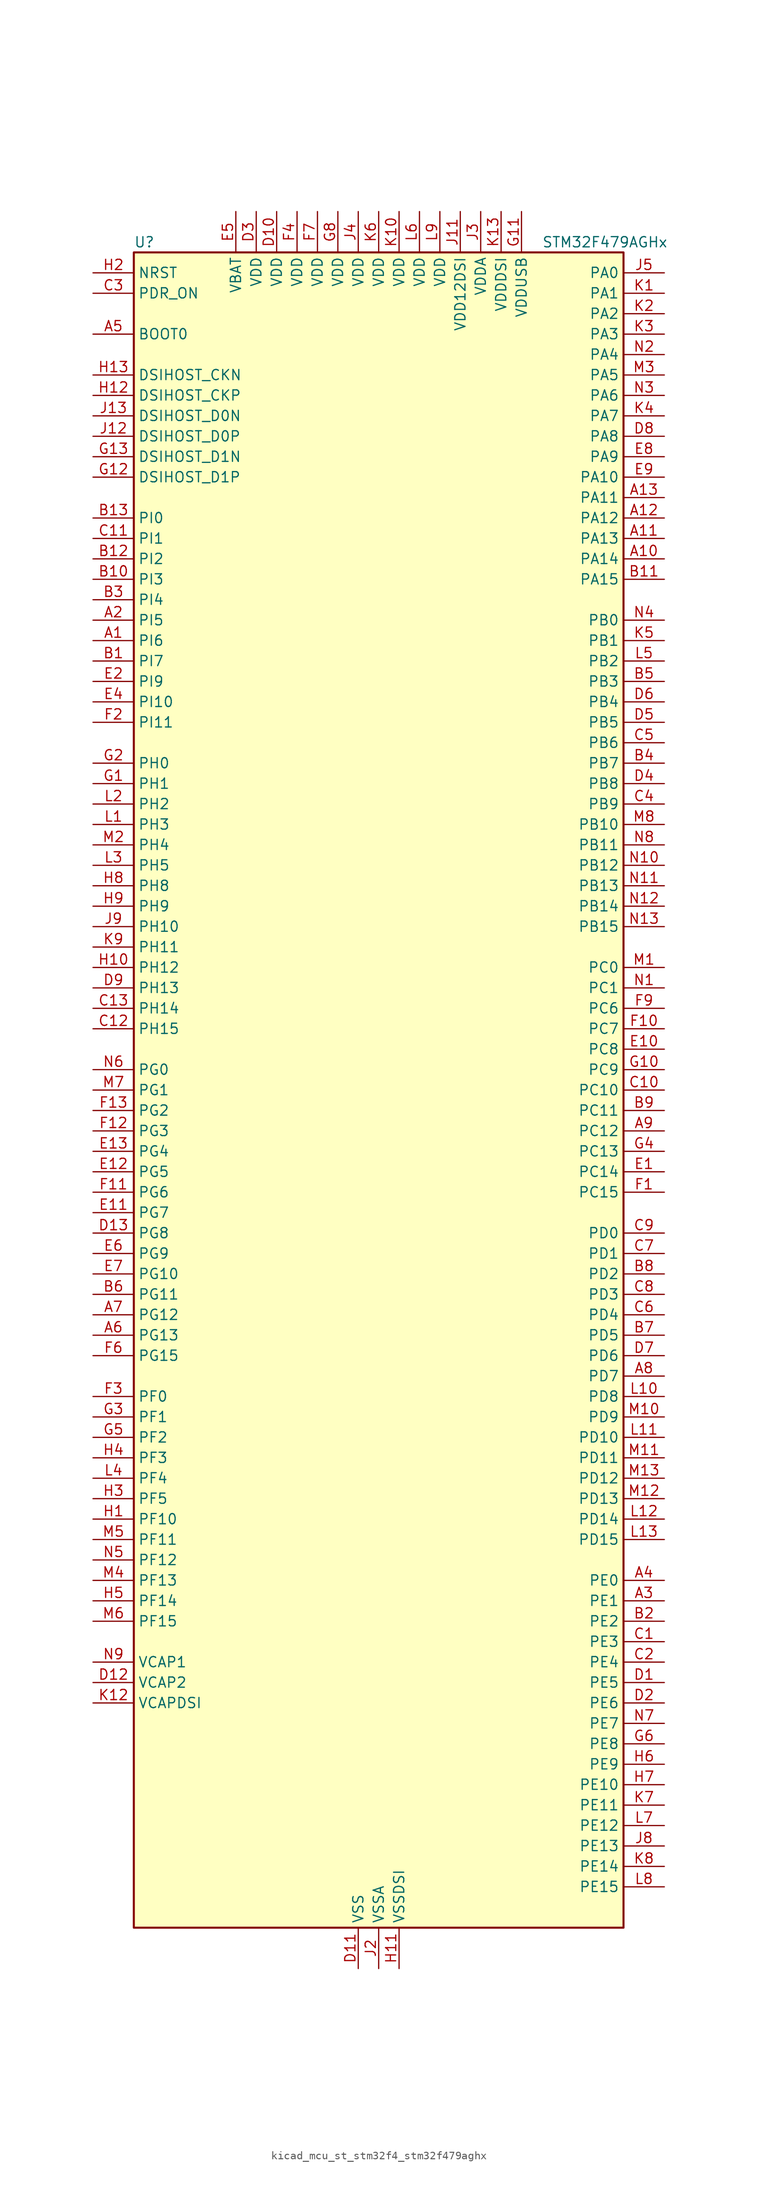
<source format=kicad_sym>
(kicad_symbol_lib
  (version 20220914)
  (generator kicad_symbol_editor)
  (symbol "kicad_mcu_st_stm32f4_stm32f479aghx"
    (property "Reference" "U"
      (at -30.48 105.41 0)
      (effects (font (size 1.27 1.27)) (justify left)))
    (property "Value" "STM32F479AGHx"
      (at 20.32 105.41 0)
      (effects (font (size 1.27 1.27)) (justify left)))
    (property "ki_locked" ""
      (at 0 0 0)
      (effects (font (size 1.27 1.27))))
    (symbol "kicad_mcu_st_stm32f4_stm32f479aghx_0_1"
      (rectangle (start -30.48 -104.14) (end 30.48 104.14) (stroke (width 0.254) (type default)) (fill (type background))))
    (symbol "kicad_mcu_st_stm32f4_stm32f479aghx_1_1"
      (pin bidirectional line (at -35.56 55.88 0) (length 5.08) (name "PI6" (effects (font (size 1.27 1.27)))) (number "A1" (effects (font (size 1.27 1.27)))) (alternate "DCMI_D6" bidirectional line) (alternate "FMC_D28" bidirectional line) (alternate "LTDC_B6" bidirectional line) (alternate "TIM8_CH2" bidirectional line))
      (pin bidirectional line (at 35.56 66.04 180) (length 5.08) (name "PA14" (effects (font (size 1.27 1.27)))) (number "A10" (effects (font (size 1.27 1.27)))) (alternate "SYS_JTCK-SWCLK" bidirectional line))
      (pin bidirectional line (at 35.56 68.58 180) (length 5.08) (name "PA13" (effects (font (size 1.27 1.27)))) (number "A11" (effects (font (size 1.27 1.27)))) (alternate "SYS_JTMS-SWDIO" bidirectional line))
      (pin bidirectional line (at 35.56 71.12 180) (length 5.08) (name "PA12" (effects (font (size 1.27 1.27)))) (number "A12" (effects (font (size 1.27 1.27)))) (alternate "CAN1_TX" bidirectional line) (alternate "LTDC_R5" bidirectional line) (alternate "TIM1_ETR" bidirectional line) (alternate "USART1_RTS" bidirectional line) (alternate "USB_OTG_FS_DP" bidirectional line))
      (pin bidirectional line (at 35.56 73.66 180) (length 5.08) (name "PA11" (effects (font (size 1.27 1.27)))) (number "A13" (effects (font (size 1.27 1.27)))) (alternate "ADC1_EXTI11" bidirectional line) (alternate "ADC2_EXTI11" bidirectional line) (alternate "ADC3_EXTI11" bidirectional line) (alternate "CAN1_RX" bidirectional line) (alternate "LTDC_R4" bidirectional line) (alternate "TIM1_CH4" bidirectional line) (alternate "USART1_CTS" bidirectional line) (alternate "USB_OTG_FS_DM" bidirectional line))
      (pin bidirectional line (at -35.56 58.42 0) (length 5.08) (name "PI5" (effects (font (size 1.27 1.27)))) (number "A2" (effects (font (size 1.27 1.27)))) (alternate "DCMI_VSYNC" bidirectional line) (alternate "FMC_NBL3" bidirectional line) (alternate "LTDC_B5" bidirectional line) (alternate "TIM8_CH1" bidirectional line))
      (pin bidirectional line (at 35.56 -63.5 180) (length 5.08) (name "PE1" (effects (font (size 1.27 1.27)))) (number "A3" (effects (font (size 1.27 1.27)))) (alternate "DCMI_D3" bidirectional line) (alternate "FMC_NBL1" bidirectional line) (alternate "UART8_TX" bidirectional line))
      (pin bidirectional line (at 35.56 -60.96 180) (length 5.08) (name "PE0" (effects (font (size 1.27 1.27)))) (number "A4" (effects (font (size 1.27 1.27)))) (alternate "DCMI_D2" bidirectional line) (alternate "FMC_NBL0" bidirectional line) (alternate "TIM4_ETR" bidirectional line) (alternate "UART8_RX" bidirectional line))
      (pin input line (at -35.56 93.98 0) (length 5.08) (name "BOOT0" (effects (font (size 1.27 1.27)))) (number "A5" (effects (font (size 1.27 1.27)))))
      (pin bidirectional line (at -35.56 -30.48 0) (length 5.08) (name "PG13" (effects (font (size 1.27 1.27)))) (number "A6" (effects (font (size 1.27 1.27)))) (alternate "FMC_A24" bidirectional line) (alternate "LTDC_R0" bidirectional line) (alternate "SPI6_SCK" bidirectional line) (alternate "SYS_TRACED0" bidirectional line) (alternate "USART6_CTS" bidirectional line))
      (pin bidirectional line (at -35.56 -27.94 0) (length 5.08) (name "PG12" (effects (font (size 1.27 1.27)))) (number "A7" (effects (font (size 1.27 1.27)))) (alternate "FMC_NE4" bidirectional line) (alternate "LTDC_B1" bidirectional line) (alternate "LTDC_B4" bidirectional line) (alternate "SPI6_MISO" bidirectional line) (alternate "USART6_RTS" bidirectional line))
      (pin bidirectional line (at 35.56 -35.56 180) (length 5.08) (name "PD7" (effects (font (size 1.27 1.27)))) (number "A8" (effects (font (size 1.27 1.27)))) (alternate "FMC_NE1" bidirectional line) (alternate "USART2_CK" bidirectional line))
      (pin bidirectional line (at 35.56 -5.08 180) (length 5.08) (name "PC12" (effects (font (size 1.27 1.27)))) (number "A9" (effects (font (size 1.27 1.27)))) (alternate "DCMI_D9" bidirectional line) (alternate "I2S3_SD" bidirectional line) (alternate "SDIO_CK" bidirectional line) (alternate "SPI3_MOSI" bidirectional line) (alternate "SYS_TRACED3" bidirectional line) (alternate "UART5_TX" bidirectional line) (alternate "USART3_CK" bidirectional line))
      (pin bidirectional line (at -35.56 53.34 0) (length 5.08) (name "PI7" (effects (font (size 1.27 1.27)))) (number "B1" (effects (font (size 1.27 1.27)))) (alternate "DCMI_D7" bidirectional line) (alternate "FMC_D29" bidirectional line) (alternate "LTDC_B7" bidirectional line) (alternate "TIM8_CH3" bidirectional line))
      (pin bidirectional line (at -35.56 63.5 0) (length 5.08) (name "PI3" (effects (font (size 1.27 1.27)))) (number "B10" (effects (font (size 1.27 1.27)))) (alternate "DCMI_D10" bidirectional line) (alternate "FMC_D27" bidirectional line) (alternate "I2S2_SD" bidirectional line) (alternate "SPI2_MOSI" bidirectional line) (alternate "TIM8_ETR" bidirectional line))
      (pin bidirectional line (at 35.56 63.5 180) (length 5.08) (name "PA15" (effects (font (size 1.27 1.27)))) (number "B11" (effects (font (size 1.27 1.27)))) (alternate "ADC1_EXTI15" bidirectional line) (alternate "ADC2_EXTI15" bidirectional line) (alternate "ADC3_EXTI15" bidirectional line) (alternate "I2S3_WS" bidirectional line) (alternate "SPI1_NSS" bidirectional line) (alternate "SPI3_NSS" bidirectional line) (alternate "SYS_JTDI" bidirectional line) (alternate "TIM2_CH1" bidirectional line) (alternate "TIM2_ETR" bidirectional line))
      (pin bidirectional line (at -35.56 66.04 0) (length 5.08) (name "PI2" (effects (font (size 1.27 1.27)))) (number "B12" (effects (font (size 1.27 1.27)))) (alternate "DCMI_D9" bidirectional line) (alternate "FMC_D26" bidirectional line) (alternate "I2S2_ext_SD" bidirectional line) (alternate "LTDC_G7" bidirectional line) (alternate "SPI2_MISO" bidirectional line) (alternate "TIM8_CH4" bidirectional line))
      (pin bidirectional line (at -35.56 71.12 0) (length 5.08) (name "PI0" (effects (font (size 1.27 1.27)))) (number "B13" (effects (font (size 1.27 1.27)))) (alternate "DCMI_D13" bidirectional line) (alternate "FMC_D24" bidirectional line) (alternate "I2S2_WS" bidirectional line) (alternate "LTDC_G5" bidirectional line) (alternate "SPI2_NSS" bidirectional line) (alternate "TIM5_CH4" bidirectional line))
      (pin bidirectional line (at 35.56 -66.04 180) (length 5.08) (name "PE2" (effects (font (size 1.27 1.27)))) (number "B2" (effects (font (size 1.27 1.27)))) (alternate "FMC_A23" bidirectional line) (alternate "QUADSPI_BK1_IO2" bidirectional line) (alternate "SAI1_MCLK_A" bidirectional line) (alternate "SPI4_SCK" bidirectional line) (alternate "SYS_TRACECLK" bidirectional line))
      (pin bidirectional line (at -35.56 60.96 0) (length 5.08) (name "PI4" (effects (font (size 1.27 1.27)))) (number "B3" (effects (font (size 1.27 1.27)))) (alternate "DCMI_D5" bidirectional line) (alternate "FMC_NBL2" bidirectional line) (alternate "LTDC_B4" bidirectional line) (alternate "TIM8_BKIN" bidirectional line))
      (pin bidirectional line (at 35.56 40.64 180) (length 5.08) (name "PB7" (effects (font (size 1.27 1.27)))) (number "B4" (effects (font (size 1.27 1.27)))) (alternate "DCMI_VSYNC" bidirectional line) (alternate "FMC_NL" bidirectional line) (alternate "I2C1_SDA" bidirectional line) (alternate "TIM4_CH2" bidirectional line) (alternate "USART1_RX" bidirectional line))
      (pin bidirectional line (at 35.56 50.8 180) (length 5.08) (name "PB3" (effects (font (size 1.27 1.27)))) (number "B5" (effects (font (size 1.27 1.27)))) (alternate "I2S3_CK" bidirectional line) (alternate "SPI1_SCK" bidirectional line) (alternate "SPI3_SCK" bidirectional line) (alternate "SYS_JTDO-SWO" bidirectional line) (alternate "TIM2_CH2" bidirectional line))
      (pin bidirectional line (at -35.56 -25.4 0) (length 5.08) (name "PG11" (effects (font (size 1.27 1.27)))) (number "B6" (effects (font (size 1.27 1.27)))) (alternate "ADC1_EXTI11" bidirectional line) (alternate "ADC2_EXTI11" bidirectional line) (alternate "ADC3_EXTI11" bidirectional line) (alternate "DCMI_D3" bidirectional line) (alternate "LTDC_B3" bidirectional line))
      (pin bidirectional line (at 35.56 -30.48 180) (length 5.08) (name "PD5" (effects (font (size 1.27 1.27)))) (number "B7" (effects (font (size 1.27 1.27)))) (alternate "FMC_NWE" bidirectional line) (alternate "USART2_TX" bidirectional line))
      (pin bidirectional line (at 35.56 -22.86 180) (length 5.08) (name "PD2" (effects (font (size 1.27 1.27)))) (number "B8" (effects (font (size 1.27 1.27)))) (alternate "DCMI_D11" bidirectional line) (alternate "SDIO_CMD" bidirectional line) (alternate "SYS_TRACED2" bidirectional line) (alternate "TIM3_ETR" bidirectional line) (alternate "UART5_RX" bidirectional line))
      (pin bidirectional line (at 35.56 -2.54 180) (length 5.08) (name "PC11" (effects (font (size 1.27 1.27)))) (number "B9" (effects (font (size 1.27 1.27)))) (alternate "ADC1_EXTI11" bidirectional line) (alternate "ADC2_EXTI11" bidirectional line) (alternate "ADC3_EXTI11" bidirectional line) (alternate "DCMI_D4" bidirectional line) (alternate "I2S3_ext_SD" bidirectional line) (alternate "QUADSPI_BK2_NCS" bidirectional line) (alternate "SDIO_D3" bidirectional line) (alternate "SPI3_MISO" bidirectional line) (alternate "UART4_RX" bidirectional line) (alternate "USART3_RX" bidirectional line))
      (pin bidirectional line (at 35.56 -68.58 180) (length 5.08) (name "PE3" (effects (font (size 1.27 1.27)))) (number "C1" (effects (font (size 1.27 1.27)))) (alternate "FMC_A19" bidirectional line) (alternate "SAI1_SD_B" bidirectional line) (alternate "SYS_TRACED0" bidirectional line))
      (pin bidirectional line (at 35.56 0 180) (length 5.08) (name "PC10" (effects (font (size 1.27 1.27)))) (number "C10" (effects (font (size 1.27 1.27)))) (alternate "DCMI_D8" bidirectional line) (alternate "I2S3_CK" bidirectional line) (alternate "LTDC_R2" bidirectional line) (alternate "QUADSPI_BK1_IO1" bidirectional line) (alternate "SDIO_D2" bidirectional line) (alternate "SPI3_SCK" bidirectional line) (alternate "UART4_TX" bidirectional line) (alternate "USART3_TX" bidirectional line))
      (pin bidirectional line (at -35.56 68.58 0) (length 5.08) (name "PI1" (effects (font (size 1.27 1.27)))) (number "C11" (effects (font (size 1.27 1.27)))) (alternate "DCMI_D8" bidirectional line) (alternate "FMC_D25" bidirectional line) (alternate "I2S2_CK" bidirectional line) (alternate "LTDC_G6" bidirectional line) (alternate "SPI2_SCK" bidirectional line))
      (pin bidirectional line (at -35.56 7.62 0) (length 5.08) (name "PH15" (effects (font (size 1.27 1.27)))) (number "C12" (effects (font (size 1.27 1.27)))) (alternate "ADC1_EXTI15" bidirectional line) (alternate "ADC2_EXTI15" bidirectional line) (alternate "ADC3_EXTI15" bidirectional line) (alternate "DCMI_D11" bidirectional line) (alternate "FMC_D23" bidirectional line) (alternate "LTDC_G4" bidirectional line) (alternate "TIM8_CH3N" bidirectional line))
      (pin bidirectional line (at -35.56 10.16 0) (length 5.08) (name "PH14" (effects (font (size 1.27 1.27)))) (number "C13" (effects (font (size 1.27 1.27)))) (alternate "DCMI_D4" bidirectional line) (alternate "FMC_D22" bidirectional line) (alternate "LTDC_G3" bidirectional line) (alternate "TIM8_CH2N" bidirectional line))
      (pin bidirectional line (at 35.56 -71.12 180) (length 5.08) (name "PE4" (effects (font (size 1.27 1.27)))) (number "C2" (effects (font (size 1.27 1.27)))) (alternate "DCMI_D4" bidirectional line) (alternate "FMC_A20" bidirectional line) (alternate "LTDC_B0" bidirectional line) (alternate "SAI1_FS_A" bidirectional line) (alternate "SPI4_NSS" bidirectional line) (alternate "SYS_TRACED1" bidirectional line))
      (pin input line (at -35.56 99.06 0) (length 5.08) (name "PDR_ON" (effects (font (size 1.27 1.27)))) (number "C3" (effects (font (size 1.27 1.27)))))
      (pin bidirectional line (at 35.56 35.56 180) (length 5.08) (name "PB9" (effects (font (size 1.27 1.27)))) (number "C4" (effects (font (size 1.27 1.27)))) (alternate "CAN1_TX" bidirectional line) (alternate "DAC_EXTI9" bidirectional line) (alternate "DCMI_D7" bidirectional line) (alternate "I2C1_SDA" bidirectional line) (alternate "I2S2_WS" bidirectional line) (alternate "LTDC_B7" bidirectional line) (alternate "SDIO_D5" bidirectional line) (alternate "SPI2_NSS" bidirectional line) (alternate "TIM11_CH1" bidirectional line) (alternate "TIM4_CH4" bidirectional line))
      (pin bidirectional line (at 35.56 43.18 180) (length 5.08) (name "PB6" (effects (font (size 1.27 1.27)))) (number "C5" (effects (font (size 1.27 1.27)))) (alternate "CAN2_TX" bidirectional line) (alternate "DCMI_D5" bidirectional line) (alternate "FMC_SDNE1" bidirectional line) (alternate "I2C1_SCL" bidirectional line) (alternate "QUADSPI_BK1_NCS" bidirectional line) (alternate "TIM4_CH1" bidirectional line) (alternate "USART1_TX" bidirectional line))
      (pin bidirectional line (at 35.56 -27.94 180) (length 5.08) (name "PD4" (effects (font (size 1.27 1.27)))) (number "C6" (effects (font (size 1.27 1.27)))) (alternate "FMC_NOE" bidirectional line) (alternate "USART2_RTS" bidirectional line))
      (pin bidirectional line (at 35.56 -20.32 180) (length 5.08) (name "PD1" (effects (font (size 1.27 1.27)))) (number "C7" (effects (font (size 1.27 1.27)))) (alternate "CAN1_TX" bidirectional line) (alternate "FMC_D3" bidirectional line) (alternate "FMC_DA3" bidirectional line))
      (pin bidirectional line (at 35.56 -25.4 180) (length 5.08) (name "PD3" (effects (font (size 1.27 1.27)))) (number "C8" (effects (font (size 1.27 1.27)))) (alternate "DCMI_D5" bidirectional line) (alternate "FMC_CLK" bidirectional line) (alternate "I2S2_CK" bidirectional line) (alternate "LTDC_G7" bidirectional line) (alternate "SPI2_SCK" bidirectional line) (alternate "USART2_CTS" bidirectional line))
      (pin bidirectional line (at 35.56 -17.78 180) (length 5.08) (name "PD0" (effects (font (size 1.27 1.27)))) (number "C9" (effects (font (size 1.27 1.27)))) (alternate "CAN1_RX" bidirectional line) (alternate "FMC_D2" bidirectional line) (alternate "FMC_DA2" bidirectional line))
      (pin bidirectional line (at 35.56 -73.66 180) (length 5.08) (name "PE5" (effects (font (size 1.27 1.27)))) (number "D1" (effects (font (size 1.27 1.27)))) (alternate "DCMI_D6" bidirectional line) (alternate "FMC_A21" bidirectional line) (alternate "LTDC_G0" bidirectional line) (alternate "SAI1_SCK_A" bidirectional line) (alternate "SPI4_MISO" bidirectional line) (alternate "SYS_TRACED2" bidirectional line) (alternate "TIM9_CH1" bidirectional line))
      (pin power_in line (at -12.7 109.22 270) (length 5.08) (name "VDD" (effects (font (size 1.27 1.27)))) (number "D10" (effects (font (size 1.27 1.27)))))
      (pin power_in line (at -2.54 -109.22 90) (length 5.08) (name "VSS" (effects (font (size 1.27 1.27)))) (number "D11" (effects (font (size 1.27 1.27)))))
      (pin power_out line (at -35.56 -73.66 0) (length 5.08) (name "VCAP2" (effects (font (size 1.27 1.27)))) (number "D12" (effects (font (size 1.27 1.27)))))
      (pin bidirectional line (at -35.56 -17.78 0) (length 5.08) (name "PG8" (effects (font (size 1.27 1.27)))) (number "D13" (effects (font (size 1.27 1.27)))) (alternate "FMC_SDCLK" bidirectional line) (alternate "LTDC_G7" bidirectional line) (alternate "SPI6_NSS" bidirectional line) (alternate "USART6_RTS" bidirectional line))
      (pin bidirectional line (at 35.56 -76.2 180) (length 5.08) (name "PE6" (effects (font (size 1.27 1.27)))) (number "D2" (effects (font (size 1.27 1.27)))) (alternate "DCMI_D7" bidirectional line) (alternate "FMC_A22" bidirectional line) (alternate "LTDC_G1" bidirectional line) (alternate "SAI1_SD_A" bidirectional line) (alternate "SPI4_MOSI" bidirectional line) (alternate "SYS_TRACED3" bidirectional line) (alternate "TIM9_CH2" bidirectional line))
      (pin power_in line (at -15.24 109.22 270) (length 5.08) (name "VDD" (effects (font (size 1.27 1.27)))) (number "D3" (effects (font (size 1.27 1.27)))))
      (pin bidirectional line (at 35.56 38.1 180) (length 5.08) (name "PB8" (effects (font (size 1.27 1.27)))) (number "D4" (effects (font (size 1.27 1.27)))) (alternate "CAN1_RX" bidirectional line) (alternate "DCMI_D6" bidirectional line) (alternate "I2C1_SCL" bidirectional line) (alternate "LTDC_B6" bidirectional line) (alternate "SDIO_D4" bidirectional line) (alternate "TIM10_CH1" bidirectional line) (alternate "TIM4_CH3" bidirectional line))
      (pin bidirectional line (at 35.56 45.72 180) (length 5.08) (name "PB5" (effects (font (size 1.27 1.27)))) (number "D5" (effects (font (size 1.27 1.27)))) (alternate "CAN2_RX" bidirectional line) (alternate "DCMI_D10" bidirectional line) (alternate "FMC_SDCKE1" bidirectional line) (alternate "I2C1_SMBA" bidirectional line) (alternate "I2S3_SD" bidirectional line) (alternate "LTDC_G7" bidirectional line) (alternate "SPI1_MOSI" bidirectional line) (alternate "SPI3_MOSI" bidirectional line) (alternate "TIM3_CH2" bidirectional line) (alternate "USB_OTG_HS_ULPI_D7" bidirectional line))
      (pin bidirectional line (at 35.56 48.26 180) (length 5.08) (name "PB4" (effects (font (size 1.27 1.27)))) (number "D6" (effects (font (size 1.27 1.27)))) (alternate "I2S3_ext_SD" bidirectional line) (alternate "SPI1_MISO" bidirectional line) (alternate "SPI3_MISO" bidirectional line) (alternate "SYS_JTRST" bidirectional line) (alternate "TIM3_CH1" bidirectional line))
      (pin bidirectional line (at 35.56 -33.02 180) (length 5.08) (name "PD6" (effects (font (size 1.27 1.27)))) (number "D7" (effects (font (size 1.27 1.27)))) (alternate "DCMI_D10" bidirectional line) (alternate "FMC_NWAIT" bidirectional line) (alternate "I2S3_SD" bidirectional line) (alternate "LTDC_B2" bidirectional line) (alternate "SAI1_SD_A" bidirectional line) (alternate "SPI3_MOSI" bidirectional line) (alternate "USART2_RX" bidirectional line))
      (pin bidirectional line (at 35.56 81.28 180) (length 5.08) (name "PA8" (effects (font (size 1.27 1.27)))) (number "D8" (effects (font (size 1.27 1.27)))) (alternate "I2C3_SCL" bidirectional line) (alternate "LTDC_R6" bidirectional line) (alternate "RCC_MCO_1" bidirectional line) (alternate "TIM1_CH1" bidirectional line) (alternate "USART1_CK" bidirectional line) (alternate "USB_OTG_FS_SOF" bidirectional line))
      (pin bidirectional line (at -35.56 12.7 0) (length 5.08) (name "PH13" (effects (font (size 1.27 1.27)))) (number "D9" (effects (font (size 1.27 1.27)))) (alternate "CAN1_TX" bidirectional line) (alternate "FMC_D21" bidirectional line) (alternate "LTDC_G2" bidirectional line) (alternate "TIM8_CH1N" bidirectional line))
      (pin bidirectional line (at 35.56 -10.16 180) (length 5.08) (name "PC14" (effects (font (size 1.27 1.27)))) (number "E1" (effects (font (size 1.27 1.27)))) (alternate "RCC_OSC32_IN" bidirectional line))
      (pin bidirectional line (at 35.56 5.08 180) (length 5.08) (name "PC8" (effects (font (size 1.27 1.27)))) (number "E10" (effects (font (size 1.27 1.27)))) (alternate "DCMI_D2" bidirectional line) (alternate "SDIO_D0" bidirectional line) (alternate "SYS_TRACED1" bidirectional line) (alternate "TIM3_CH3" bidirectional line) (alternate "TIM8_CH3" bidirectional line) (alternate "USART6_CK" bidirectional line))
      (pin bidirectional line (at -35.56 -15.24 0) (length 5.08) (name "PG7" (effects (font (size 1.27 1.27)))) (number "E11" (effects (font (size 1.27 1.27)))) (alternate "DCMI_D13" bidirectional line) (alternate "FMC_INT" bidirectional line) (alternate "LTDC_CLK" bidirectional line) (alternate "SAI1_MCLK_A" bidirectional line) (alternate "USART6_CK" bidirectional line))
      (pin bidirectional line (at -35.56 -10.16 0) (length 5.08) (name "PG5" (effects (font (size 1.27 1.27)))) (number "E12" (effects (font (size 1.27 1.27)))) (alternate "FMC_A15" bidirectional line) (alternate "FMC_BA1" bidirectional line))
      (pin bidirectional line (at -35.56 -7.62 0) (length 5.08) (name "PG4" (effects (font (size 1.27 1.27)))) (number "E13" (effects (font (size 1.27 1.27)))) (alternate "FMC_A14" bidirectional line) (alternate "FMC_BA0" bidirectional line))
      (pin bidirectional line (at -35.56 50.8 0) (length 5.08) (name "PI9" (effects (font (size 1.27 1.27)))) (number "E2" (effects (font (size 1.27 1.27)))) (alternate "CAN1_RX" bidirectional line) (alternate "DAC_EXTI9" bidirectional line) (alternate "FMC_D30" bidirectional line) (alternate "LTDC_VSYNC" bidirectional line))
      (pin passive line (at -2.54 -109.22 90) (length 5.08) hide (name "VSS" (effects (font (size 1.27 1.27)))) (number "E3" (effects (font (size 1.27 1.27)))))
      (pin bidirectional line (at -35.56 48.26 0) (length 5.08) (name "PI10" (effects (font (size 1.27 1.27)))) (number "E4" (effects (font (size 1.27 1.27)))) (alternate "FMC_D31" bidirectional line) (alternate "LTDC_HSYNC" bidirectional line))
      (pin power_in line (at -17.78 109.22 270) (length 5.08) (name "VBAT" (effects (font (size 1.27 1.27)))) (number "E5" (effects (font (size 1.27 1.27)))))
      (pin bidirectional line (at -35.56 -20.32 0) (length 5.08) (name "PG9" (effects (font (size 1.27 1.27)))) (number "E6" (effects (font (size 1.27 1.27)))) (alternate "DAC_EXTI9" bidirectional line) (alternate "DCMI_VSYNC" bidirectional line) (alternate "FMC_NCE" bidirectional line) (alternate "FMC_NE2" bidirectional line) (alternate "QUADSPI_BK2_IO2" bidirectional line) (alternate "USART6_RX" bidirectional line))
      (pin bidirectional line (at -35.56 -22.86 0) (length 5.08) (name "PG10" (effects (font (size 1.27 1.27)))) (number "E7" (effects (font (size 1.27 1.27)))) (alternate "DCMI_D2" bidirectional line) (alternate "FMC_NE3" bidirectional line) (alternate "LTDC_B2" bidirectional line) (alternate "LTDC_G3" bidirectional line))
      (pin bidirectional line (at 35.56 78.74 180) (length 5.08) (name "PA9" (effects (font (size 1.27 1.27)))) (number "E8" (effects (font (size 1.27 1.27)))) (alternate "DAC_EXTI9" bidirectional line) (alternate "DCMI_D0" bidirectional line) (alternate "I2C3_SMBA" bidirectional line) (alternate "I2S2_CK" bidirectional line) (alternate "SPI2_SCK" bidirectional line) (alternate "TIM1_CH2" bidirectional line) (alternate "USART1_TX" bidirectional line) (alternate "USB_OTG_FS_VBUS" bidirectional line))
      (pin bidirectional line (at 35.56 76.2 180) (length 5.08) (name "PA10" (effects (font (size 1.27 1.27)))) (number "E9" (effects (font (size 1.27 1.27)))) (alternate "DCMI_D1" bidirectional line) (alternate "TIM1_CH3" bidirectional line) (alternate "USART1_RX" bidirectional line) (alternate "USB_OTG_FS_ID" bidirectional line))
      (pin bidirectional line (at 35.56 -12.7 180) (length 5.08) (name "PC15" (effects (font (size 1.27 1.27)))) (number "F1" (effects (font (size 1.27 1.27)))) (alternate "ADC1_EXTI15" bidirectional line) (alternate "ADC2_EXTI15" bidirectional line) (alternate "ADC3_EXTI15" bidirectional line) (alternate "RCC_OSC32_OUT" bidirectional line))
      (pin bidirectional line (at 35.56 7.62 180) (length 5.08) (name "PC7" (effects (font (size 1.27 1.27)))) (number "F10" (effects (font (size 1.27 1.27)))) (alternate "DCMI_D1" bidirectional line) (alternate "I2S3_MCK" bidirectional line) (alternate "LTDC_G6" bidirectional line) (alternate "SDIO_D7" bidirectional line) (alternate "TIM3_CH2" bidirectional line) (alternate "TIM8_CH2" bidirectional line) (alternate "USART6_RX" bidirectional line))
      (pin bidirectional line (at -35.56 -12.7 0) (length 5.08) (name "PG6" (effects (font (size 1.27 1.27)))) (number "F11" (effects (font (size 1.27 1.27)))) (alternate "DCMI_D12" bidirectional line) (alternate "LTDC_R7" bidirectional line))
      (pin bidirectional line (at -35.56 -5.08 0) (length 5.08) (name "PG3" (effects (font (size 1.27 1.27)))) (number "F12" (effects (font (size 1.27 1.27)))) (alternate "FMC_A13" bidirectional line))
      (pin bidirectional line (at -35.56 -2.54 0) (length 5.08) (name "PG2" (effects (font (size 1.27 1.27)))) (number "F13" (effects (font (size 1.27 1.27)))) (alternate "FMC_A12" bidirectional line))
      (pin bidirectional line (at -35.56 45.72 0) (length 5.08) (name "PI11" (effects (font (size 1.27 1.27)))) (number "F2" (effects (font (size 1.27 1.27)))) (alternate "ADC1_EXTI11" bidirectional line) (alternate "ADC2_EXTI11" bidirectional line) (alternate "ADC3_EXTI11" bidirectional line) (alternate "LTDC_G6" bidirectional line) (alternate "USB_OTG_HS_ULPI_DIR" bidirectional line))
      (pin bidirectional line (at -35.56 -38.1 0) (length 5.08) (name "PF0" (effects (font (size 1.27 1.27)))) (number "F3" (effects (font (size 1.27 1.27)))) (alternate "FMC_A0" bidirectional line) (alternate "I2C2_SDA" bidirectional line))
      (pin power_in line (at -10.16 109.22 270) (length 5.08) (name "VDD" (effects (font (size 1.27 1.27)))) (number "F4" (effects (font (size 1.27 1.27)))))
      (pin passive line (at -2.54 -109.22 90) (length 5.08) hide (name "VSS" (effects (font (size 1.27 1.27)))) (number "F5" (effects (font (size 1.27 1.27)))))
      (pin bidirectional line (at -35.56 -33.02 0) (length 5.08) (name "PG15" (effects (font (size 1.27 1.27)))) (number "F6" (effects (font (size 1.27 1.27)))) (alternate "ADC1_EXTI15" bidirectional line) (alternate "ADC2_EXTI15" bidirectional line) (alternate "ADC3_EXTI15" bidirectional line) (alternate "DCMI_D13" bidirectional line) (alternate "FMC_SDNCAS" bidirectional line) (alternate "USART6_CTS" bidirectional line))
      (pin power_in line (at -7.62 109.22 270) (length 5.08) (name "VDD" (effects (font (size 1.27 1.27)))) (number "F7" (effects (font (size 1.27 1.27)))))
      (pin passive line (at -2.54 -109.22 90) (length 5.08) hide (name "VSS" (effects (font (size 1.27 1.27)))) (number "F8" (effects (font (size 1.27 1.27)))))
      (pin bidirectional line (at 35.56 10.16 180) (length 5.08) (name "PC6" (effects (font (size 1.27 1.27)))) (number "F9" (effects (font (size 1.27 1.27)))) (alternate "DCMI_D0" bidirectional line) (alternate "I2S2_MCK" bidirectional line) (alternate "LTDC_HSYNC" bidirectional line) (alternate "SDIO_D6" bidirectional line) (alternate "TIM3_CH1" bidirectional line) (alternate "TIM8_CH1" bidirectional line) (alternate "USART6_TX" bidirectional line))
      (pin bidirectional line (at -35.56 38.1 0) (length 5.08) (name "PH1" (effects (font (size 1.27 1.27)))) (number "G1" (effects (font (size 1.27 1.27)))) (alternate "RCC_OSC_OUT" bidirectional line))
      (pin bidirectional line (at 35.56 2.54 180) (length 5.08) (name "PC9" (effects (font (size 1.27 1.27)))) (number "G10" (effects (font (size 1.27 1.27)))) (alternate "DAC_EXTI9" bidirectional line) (alternate "DCMI_D3" bidirectional line) (alternate "I2C3_SDA" bidirectional line) (alternate "I2S_CKIN" bidirectional line) (alternate "QUADSPI_BK1_IO0" bidirectional line) (alternate "RCC_MCO_2" bidirectional line) (alternate "SDIO_D1" bidirectional line) (alternate "TIM3_CH4" bidirectional line) (alternate "TIM8_CH4" bidirectional line))
      (pin power_in line (at 17.78 109.22 270) (length 5.08) (name "VDDUSB" (effects (font (size 1.27 1.27)))) (number "G11" (effects (font (size 1.27 1.27)))))
      (pin bidirectional line (at -35.56 76.2 0) (length 5.08) (name "DSIHOST_D1P" (effects (font (size 1.27 1.27)))) (number "G12" (effects (font (size 1.27 1.27)))) (alternate "DSIHOST_D1P" bidirectional line))
      (pin bidirectional line (at -35.56 78.74 0) (length 5.08) (name "DSIHOST_D1N" (effects (font (size 1.27 1.27)))) (number "G13" (effects (font (size 1.27 1.27)))) (alternate "DSIHOST_D1N" bidirectional line))
      (pin bidirectional line (at -35.56 40.64 0) (length 5.08) (name "PH0" (effects (font (size 1.27 1.27)))) (number "G2" (effects (font (size 1.27 1.27)))) (alternate "RCC_OSC_IN" bidirectional line))
      (pin bidirectional line (at -35.56 -40.64 0) (length 5.08) (name "PF1" (effects (font (size 1.27 1.27)))) (number "G3" (effects (font (size 1.27 1.27)))) (alternate "FMC_A1" bidirectional line) (alternate "I2C2_SCL" bidirectional line))
      (pin bidirectional line (at 35.56 -7.62 180) (length 5.08) (name "PC13" (effects (font (size 1.27 1.27)))) (number "G4" (effects (font (size 1.27 1.27)))) (alternate "RTC_AF1" bidirectional line))
      (pin bidirectional line (at -35.56 -43.18 0) (length 5.08) (name "PF2" (effects (font (size 1.27 1.27)))) (number "G5" (effects (font (size 1.27 1.27)))) (alternate "FMC_A2" bidirectional line) (alternate "I2C2_SMBA" bidirectional line))
      (pin bidirectional line (at 35.56 -81.28 180) (length 5.08) (name "PE8" (effects (font (size 1.27 1.27)))) (number "G6" (effects (font (size 1.27 1.27)))) (alternate "FMC_D5" bidirectional line) (alternate "FMC_DA5" bidirectional line) (alternate "QUADSPI_BK2_IO1" bidirectional line) (alternate "TIM1_CH1N" bidirectional line) (alternate "UART7_TX" bidirectional line))
      (pin passive line (at -2.54 -109.22 90) (length 5.08) hide (name "VSS" (effects (font (size 1.27 1.27)))) (number "G7" (effects (font (size 1.27 1.27)))))
      (pin power_in line (at -5.08 109.22 270) (length 5.08) (name "VDD" (effects (font (size 1.27 1.27)))) (number "G8" (effects (font (size 1.27 1.27)))))
      (pin passive line (at -2.54 -109.22 90) (length 5.08) hide (name "VSS" (effects (font (size 1.27 1.27)))) (number "G9" (effects (font (size 1.27 1.27)))))
      (pin bidirectional line (at -35.56 -53.34 0) (length 5.08) (name "PF10" (effects (font (size 1.27 1.27)))) (number "H1" (effects (font (size 1.27 1.27)))) (alternate "ADC3_IN8" bidirectional line) (alternate "DCMI_D11" bidirectional line) (alternate "LTDC_DE" bidirectional line) (alternate "QUADSPI_CLK" bidirectional line))
      (pin bidirectional line (at -35.56 15.24 0) (length 5.08) (name "PH12" (effects (font (size 1.27 1.27)))) (number "H10" (effects (font (size 1.27 1.27)))) (alternate "DCMI_D3" bidirectional line) (alternate "FMC_D20" bidirectional line) (alternate "LTDC_R6" bidirectional line) (alternate "TIM5_CH3" bidirectional line))
      (pin power_in line (at 2.54 -109.22 90) (length 5.08) (name "VSSDSI" (effects (font (size 1.27 1.27)))) (number "H11" (effects (font (size 1.27 1.27)))))
      (pin bidirectional line (at -35.56 86.36 0) (length 5.08) (name "DSIHOST_CKP" (effects (font (size 1.27 1.27)))) (number "H12" (effects (font (size 1.27 1.27)))) (alternate "DSIHOST_CKP" bidirectional line))
      (pin bidirectional line (at -35.56 88.9 0) (length 5.08) (name "DSIHOST_CKN" (effects (font (size 1.27 1.27)))) (number "H13" (effects (font (size 1.27 1.27)))) (alternate "DSIHOST_CKN" bidirectional line))
      (pin input line (at -35.56 101.6 0) (length 5.08) (name "NRST" (effects (font (size 1.27 1.27)))) (number "H2" (effects (font (size 1.27 1.27)))))
      (pin bidirectional line (at -35.56 -50.8 0) (length 5.08) (name "PF5" (effects (font (size 1.27 1.27)))) (number "H3" (effects (font (size 1.27 1.27)))) (alternate "ADC3_IN15" bidirectional line) (alternate "FMC_A5" bidirectional line))
      (pin bidirectional line (at -35.56 -45.72 0) (length 5.08) (name "PF3" (effects (font (size 1.27 1.27)))) (number "H4" (effects (font (size 1.27 1.27)))) (alternate "ADC3_IN9" bidirectional line) (alternate "FMC_A3" bidirectional line))
      (pin bidirectional line (at -35.56 -63.5 0) (length 5.08) (name "PF14" (effects (font (size 1.27 1.27)))) (number "H5" (effects (font (size 1.27 1.27)))) (alternate "FMC_A8" bidirectional line))
      (pin bidirectional line (at 35.56 -83.82 180) (length 5.08) (name "PE9" (effects (font (size 1.27 1.27)))) (number "H6" (effects (font (size 1.27 1.27)))) (alternate "DAC_EXTI9" bidirectional line) (alternate "FMC_D6" bidirectional line) (alternate "FMC_DA6" bidirectional line) (alternate "QUADSPI_BK2_IO2" bidirectional line) (alternate "TIM1_CH1" bidirectional line))
      (pin bidirectional line (at 35.56 -86.36 180) (length 5.08) (name "PE10" (effects (font (size 1.27 1.27)))) (number "H7" (effects (font (size 1.27 1.27)))) (alternate "FMC_D7" bidirectional line) (alternate "FMC_DA7" bidirectional line) (alternate "QUADSPI_BK2_IO3" bidirectional line) (alternate "TIM1_CH2N" bidirectional line))
      (pin bidirectional line (at -35.56 25.4 0) (length 5.08) (name "PH8" (effects (font (size 1.27 1.27)))) (number "H8" (effects (font (size 1.27 1.27)))) (alternate "DCMI_HSYNC" bidirectional line) (alternate "FMC_D16" bidirectional line) (alternate "I2C3_SDA" bidirectional line) (alternate "LTDC_R2" bidirectional line))
      (pin bidirectional line (at -35.56 22.86 0) (length 5.08) (name "PH9" (effects (font (size 1.27 1.27)))) (number "H9" (effects (font (size 1.27 1.27)))) (alternate "DAC_EXTI9" bidirectional line) (alternate "DCMI_D0" bidirectional line) (alternate "FMC_D17" bidirectional line) (alternate "I2C3_SMBA" bidirectional line) (alternate "LTDC_R3" bidirectional line) (alternate "TIM12_CH2" bidirectional line))
      (pin passive line (at -2.54 -109.22 90) (length 5.08) hide (name "VSS" (effects (font (size 1.27 1.27)))) (number "J1" (effects (font (size 1.27 1.27)))))
      (pin passive line (at -2.54 -109.22 90) (length 5.08) hide (name "VSS" (effects (font (size 1.27 1.27)))) (number "J10" (effects (font (size 1.27 1.27)))))
      (pin power_in line (at 10.16 109.22 270) (length 5.08) (name "VDD12DSI" (effects (font (size 1.27 1.27)))) (number "J11" (effects (font (size 1.27 1.27)))))
      (pin bidirectional line (at -35.56 81.28 0) (length 5.08) (name "DSIHOST_D0P" (effects (font (size 1.27 1.27)))) (number "J12" (effects (font (size 1.27 1.27)))) (alternate "DSIHOST_D0P" bidirectional line))
      (pin bidirectional line (at -35.56 83.82 0) (length 5.08) (name "DSIHOST_D0N" (effects (font (size 1.27 1.27)))) (number "J13" (effects (font (size 1.27 1.27)))) (alternate "DSIHOST_D0N" bidirectional line))
      (pin power_in line (at 0 -109.22 90) (length 5.08) (name "VSSA" (effects (font (size 1.27 1.27)))) (number "J2" (effects (font (size 1.27 1.27)))))
      (pin power_in line (at 12.7 109.22 270) (length 5.08) (name "VDDA" (effects (font (size 1.27 1.27)))) (number "J3" (effects (font (size 1.27 1.27)))))
      (pin power_in line (at -2.54 109.22 270) (length 5.08) (name "VDD" (effects (font (size 1.27 1.27)))) (number "J4" (effects (font (size 1.27 1.27)))))
      (pin bidirectional line (at 35.56 101.6 180) (length 5.08) (name "PA0" (effects (font (size 1.27 1.27)))) (number "J5" (effects (font (size 1.27 1.27)))) (alternate "ADC1_IN0" bidirectional line) (alternate "ADC2_IN0" bidirectional line) (alternate "ADC3_IN0" bidirectional line) (alternate "SYS_WKUP" bidirectional line) (alternate "TIM2_CH1" bidirectional line) (alternate "TIM2_ETR" bidirectional line) (alternate "TIM5_CH1" bidirectional line) (alternate "TIM8_ETR" bidirectional line) (alternate "UART4_TX" bidirectional line) (alternate "USART2_CTS" bidirectional line))
      (pin passive line (at -2.54 -109.22 90) (length 5.08) hide (name "VSS" (effects (font (size 1.27 1.27)))) (number "J6" (effects (font (size 1.27 1.27)))))
      (pin passive line (at -2.54 -109.22 90) (length 5.08) hide (name "VSS" (effects (font (size 1.27 1.27)))) (number "J7" (effects (font (size 1.27 1.27)))))
      (pin bidirectional line (at 35.56 -93.98 180) (length 5.08) (name "PE13" (effects (font (size 1.27 1.27)))) (number "J8" (effects (font (size 1.27 1.27)))) (alternate "FMC_D10" bidirectional line) (alternate "FMC_DA10" bidirectional line) (alternate "LTDC_DE" bidirectional line) (alternate "SPI4_MISO" bidirectional line) (alternate "TIM1_CH3" bidirectional line))
      (pin bidirectional line (at -35.56 20.32 0) (length 5.08) (name "PH10" (effects (font (size 1.27 1.27)))) (number "J9" (effects (font (size 1.27 1.27)))) (alternate "DCMI_D1" bidirectional line) (alternate "FMC_D18" bidirectional line) (alternate "LTDC_R4" bidirectional line) (alternate "TIM5_CH1" bidirectional line))
      (pin bidirectional line (at 35.56 99.06 180) (length 5.08) (name "PA1" (effects (font (size 1.27 1.27)))) (number "K1" (effects (font (size 1.27 1.27)))) (alternate "ADC1_IN1" bidirectional line) (alternate "ADC2_IN1" bidirectional line) (alternate "ADC3_IN1" bidirectional line) (alternate "LTDC_R2" bidirectional line) (alternate "QUADSPI_BK1_IO3" bidirectional line) (alternate "TIM2_CH2" bidirectional line) (alternate "TIM5_CH2" bidirectional line) (alternate "UART4_RX" bidirectional line) (alternate "USART2_RTS" bidirectional line))
      (pin power_in line (at 2.54 109.22 270) (length 5.08) (name "VDD" (effects (font (size 1.27 1.27)))) (number "K10" (effects (font (size 1.27 1.27)))))
      (pin passive line (at 2.54 -109.22 90) (length 5.08) hide (name "VSSDSI" (effects (font (size 1.27 1.27)))) (number "K11" (effects (font (size 1.27 1.27)))))
      (pin power_out line (at -35.56 -76.2 0) (length 5.08) (name "VCAPDSI" (effects (font (size 1.27 1.27)))) (number "K12" (effects (font (size 1.27 1.27)))))
      (pin power_in line (at 15.24 109.22 270) (length 5.08) (name "VDDDSI" (effects (font (size 1.27 1.27)))) (number "K13" (effects (font (size 1.27 1.27)))))
      (pin bidirectional line (at 35.56 96.52 180) (length 5.08) (name "PA2" (effects (font (size 1.27 1.27)))) (number "K2" (effects (font (size 1.27 1.27)))) (alternate "ADC1_IN2" bidirectional line) (alternate "ADC2_IN2" bidirectional line) (alternate "ADC3_IN2" bidirectional line) (alternate "LTDC_R1" bidirectional line) (alternate "TIM2_CH3" bidirectional line) (alternate "TIM5_CH3" bidirectional line) (alternate "TIM9_CH1" bidirectional line) (alternate "USART2_TX" bidirectional line))
      (pin bidirectional line (at 35.56 93.98 180) (length 5.08) (name "PA3" (effects (font (size 1.27 1.27)))) (number "K3" (effects (font (size 1.27 1.27)))) (alternate "ADC1_IN3" bidirectional line) (alternate "ADC2_IN3" bidirectional line) (alternate "ADC3_IN3" bidirectional line) (alternate "LTDC_B2" bidirectional line) (alternate "LTDC_B5" bidirectional line) (alternate "TIM2_CH4" bidirectional line) (alternate "TIM5_CH4" bidirectional line) (alternate "TIM9_CH2" bidirectional line) (alternate "USART2_RX" bidirectional line) (alternate "USB_OTG_HS_ULPI_D0" bidirectional line))
      (pin bidirectional line (at 35.56 83.82 180) (length 5.08) (name "PA7" (effects (font (size 1.27 1.27)))) (number "K4" (effects (font (size 1.27 1.27)))) (alternate "ADC1_IN7" bidirectional line) (alternate "ADC2_IN7" bidirectional line) (alternate "FMC_SDNWE" bidirectional line) (alternate "QUADSPI_CLK" bidirectional line) (alternate "SPI1_MOSI" bidirectional line) (alternate "TIM14_CH1" bidirectional line) (alternate "TIM1_CH1N" bidirectional line) (alternate "TIM3_CH2" bidirectional line) (alternate "TIM8_CH1N" bidirectional line))
      (pin bidirectional line (at 35.56 55.88 180) (length 5.08) (name "PB1" (effects (font (size 1.27 1.27)))) (number "K5" (effects (font (size 1.27 1.27)))) (alternate "ADC1_IN9" bidirectional line) (alternate "ADC2_IN9" bidirectional line) (alternate "LTDC_G0" bidirectional line) (alternate "LTDC_R6" bidirectional line) (alternate "TIM1_CH3N" bidirectional line) (alternate "TIM3_CH4" bidirectional line) (alternate "TIM8_CH3N" bidirectional line) (alternate "USB_OTG_HS_ULPI_D2" bidirectional line))
      (pin power_in line (at 0 109.22 270) (length 5.08) (name "VDD" (effects (font (size 1.27 1.27)))) (number "K6" (effects (font (size 1.27 1.27)))))
      (pin bidirectional line (at 35.56 -88.9 180) (length 5.08) (name "PE11" (effects (font (size 1.27 1.27)))) (number "K7" (effects (font (size 1.27 1.27)))) (alternate "ADC1_EXTI11" bidirectional line) (alternate "ADC2_EXTI11" bidirectional line) (alternate "ADC3_EXTI11" bidirectional line) (alternate "FMC_D8" bidirectional line) (alternate "FMC_DA8" bidirectional line) (alternate "LTDC_G3" bidirectional line) (alternate "SPI4_NSS" bidirectional line) (alternate "TIM1_CH2" bidirectional line))
      (pin bidirectional line (at 35.56 -96.52 180) (length 5.08) (name "PE14" (effects (font (size 1.27 1.27)))) (number "K8" (effects (font (size 1.27 1.27)))) (alternate "FMC_D11" bidirectional line) (alternate "FMC_DA11" bidirectional line) (alternate "LTDC_CLK" bidirectional line) (alternate "SPI4_MOSI" bidirectional line) (alternate "TIM1_CH4" bidirectional line))
      (pin bidirectional line (at -35.56 17.78 0) (length 5.08) (name "PH11" (effects (font (size 1.27 1.27)))) (number "K9" (effects (font (size 1.27 1.27)))) (alternate "ADC1_EXTI11" bidirectional line) (alternate "ADC2_EXTI11" bidirectional line) (alternate "ADC3_EXTI11" bidirectional line) (alternate "DCMI_D2" bidirectional line) (alternate "FMC_D19" bidirectional line) (alternate "LTDC_R5" bidirectional line) (alternate "TIM5_CH2" bidirectional line))
      (pin bidirectional line (at -35.56 33.02 0) (length 5.08) (name "PH3" (effects (font (size 1.27 1.27)))) (number "L1" (effects (font (size 1.27 1.27)))) (alternate "FMC_SDNE0" bidirectional line) (alternate "LTDC_R1" bidirectional line) (alternate "QUADSPI_BK2_IO1" bidirectional line))
      (pin bidirectional line (at 35.56 -38.1 180) (length 5.08) (name "PD8" (effects (font (size 1.27 1.27)))) (number "L10" (effects (font (size 1.27 1.27)))) (alternate "FMC_D13" bidirectional line) (alternate "FMC_DA13" bidirectional line) (alternate "USART3_TX" bidirectional line))
      (pin bidirectional line (at 35.56 -43.18 180) (length 5.08) (name "PD10" (effects (font (size 1.27 1.27)))) (number "L11" (effects (font (size 1.27 1.27)))) (alternate "FMC_D15" bidirectional line) (alternate "FMC_DA15" bidirectional line) (alternate "LTDC_B3" bidirectional line) (alternate "USART3_CK" bidirectional line))
      (pin bidirectional line (at 35.56 -53.34 180) (length 5.08) (name "PD14" (effects (font (size 1.27 1.27)))) (number "L12" (effects (font (size 1.27 1.27)))) (alternate "FMC_D0" bidirectional line) (alternate "FMC_DA0" bidirectional line) (alternate "TIM4_CH3" bidirectional line))
      (pin bidirectional line (at 35.56 -55.88 180) (length 5.08) (name "PD15" (effects (font (size 1.27 1.27)))) (number "L13" (effects (font (size 1.27 1.27)))) (alternate "ADC1_EXTI15" bidirectional line) (alternate "ADC2_EXTI15" bidirectional line) (alternate "ADC3_EXTI15" bidirectional line) (alternate "FMC_D1" bidirectional line) (alternate "FMC_DA1" bidirectional line) (alternate "TIM4_CH4" bidirectional line))
      (pin bidirectional line (at -35.56 35.56 0) (length 5.08) (name "PH2" (effects (font (size 1.27 1.27)))) (number "L2" (effects (font (size 1.27 1.27)))) (alternate "FMC_SDCKE0" bidirectional line) (alternate "LTDC_R0" bidirectional line) (alternate "QUADSPI_BK2_IO0" bidirectional line))
      (pin bidirectional line (at -35.56 27.94 0) (length 5.08) (name "PH5" (effects (font (size 1.27 1.27)))) (number "L3" (effects (font (size 1.27 1.27)))) (alternate "FMC_SDNWE" bidirectional line) (alternate "I2C2_SDA" bidirectional line))
      (pin bidirectional line (at -35.56 -48.26 0) (length 5.08) (name "PF4" (effects (font (size 1.27 1.27)))) (number "L4" (effects (font (size 1.27 1.27)))) (alternate "ADC3_IN14" bidirectional line) (alternate "FMC_A4" bidirectional line))
      (pin bidirectional line (at 35.56 53.34 180) (length 5.08) (name "PB2" (effects (font (size 1.27 1.27)))) (number "L5" (effects (font (size 1.27 1.27)))))
      (pin power_in line (at 5.08 109.22 270) (length 5.08) (name "VDD" (effects (font (size 1.27 1.27)))) (number "L6" (effects (font (size 1.27 1.27)))))
      (pin bidirectional line (at 35.56 -91.44 180) (length 5.08) (name "PE12" (effects (font (size 1.27 1.27)))) (number "L7" (effects (font (size 1.27 1.27)))) (alternate "FMC_D9" bidirectional line) (alternate "FMC_DA9" bidirectional line) (alternate "LTDC_B4" bidirectional line) (alternate "SPI4_SCK" bidirectional line) (alternate "TIM1_CH3N" bidirectional line))
      (pin bidirectional line (at 35.56 -99.06 180) (length 5.08) (name "PE15" (effects (font (size 1.27 1.27)))) (number "L8" (effects (font (size 1.27 1.27)))) (alternate "ADC1_EXTI15" bidirectional line) (alternate "ADC2_EXTI15" bidirectional line) (alternate "ADC3_EXTI15" bidirectional line) (alternate "FMC_D12" bidirectional line) (alternate "FMC_DA12" bidirectional line) (alternate "LTDC_R7" bidirectional line) (alternate "TIM1_BKIN" bidirectional line))
      (pin power_in line (at 7.62 109.22 270) (length 5.08) (name "VDD" (effects (font (size 1.27 1.27)))) (number "L9" (effects (font (size 1.27 1.27)))))
      (pin bidirectional line (at 35.56 15.24 180) (length 5.08) (name "PC0" (effects (font (size 1.27 1.27)))) (number "M1" (effects (font (size 1.27 1.27)))) (alternate "ADC1_IN10" bidirectional line) (alternate "ADC2_IN10" bidirectional line) (alternate "ADC3_IN10" bidirectional line) (alternate "FMC_SDNWE" bidirectional line) (alternate "LTDC_R5" bidirectional line) (alternate "USB_OTG_HS_ULPI_STP" bidirectional line))
      (pin bidirectional line (at 35.56 -40.64 180) (length 5.08) (name "PD9" (effects (font (size 1.27 1.27)))) (number "M10" (effects (font (size 1.27 1.27)))) (alternate "DAC_EXTI9" bidirectional line) (alternate "FMC_D14" bidirectional line) (alternate "FMC_DA14" bidirectional line) (alternate "USART3_RX" bidirectional line))
      (pin bidirectional line (at 35.56 -45.72 180) (length 5.08) (name "PD11" (effects (font (size 1.27 1.27)))) (number "M11" (effects (font (size 1.27 1.27)))) (alternate "ADC1_EXTI11" bidirectional line) (alternate "ADC2_EXTI11" bidirectional line) (alternate "ADC3_EXTI11" bidirectional line) (alternate "FMC_A16" bidirectional line) (alternate "FMC_CLE" bidirectional line) (alternate "QUADSPI_BK1_IO0" bidirectional line) (alternate "USART3_CTS" bidirectional line))
      (pin bidirectional line (at 35.56 -50.8 180) (length 5.08) (name "PD13" (effects (font (size 1.27 1.27)))) (number "M12" (effects (font (size 1.27 1.27)))) (alternate "FMC_A18" bidirectional line) (alternate "QUADSPI_BK1_IO3" bidirectional line) (alternate "TIM4_CH2" bidirectional line))
      (pin bidirectional line (at 35.56 -48.26 180) (length 5.08) (name "PD12" (effects (font (size 1.27 1.27)))) (number "M13" (effects (font (size 1.27 1.27)))) (alternate "FMC_A17" bidirectional line) (alternate "FMC_ALE" bidirectional line) (alternate "QUADSPI_BK1_IO1" bidirectional line) (alternate "TIM4_CH1" bidirectional line) (alternate "USART3_RTS" bidirectional line))
      (pin bidirectional line (at -35.56 30.48 0) (length 5.08) (name "PH4" (effects (font (size 1.27 1.27)))) (number "M2" (effects (font (size 1.27 1.27)))) (alternate "I2C2_SCL" bidirectional line) (alternate "LTDC_G4" bidirectional line) (alternate "LTDC_G5" bidirectional line) (alternate "USB_OTG_HS_ULPI_NXT" bidirectional line))
      (pin bidirectional line (at 35.56 88.9 180) (length 5.08) (name "PA5" (effects (font (size 1.27 1.27)))) (number "M3" (effects (font (size 1.27 1.27)))) (alternate "ADC1_IN5" bidirectional line) (alternate "ADC2_IN5" bidirectional line) (alternate "DAC_OUT2" bidirectional line) (alternate "LTDC_R4" bidirectional line) (alternate "SPI1_SCK" bidirectional line) (alternate "TIM2_CH1" bidirectional line) (alternate "TIM2_ETR" bidirectional line) (alternate "TIM8_CH1N" bidirectional line) (alternate "USB_OTG_HS_ULPI_CK" bidirectional line))
      (pin bidirectional line (at -35.56 -60.96 0) (length 5.08) (name "PF13" (effects (font (size 1.27 1.27)))) (number "M4" (effects (font (size 1.27 1.27)))) (alternate "FMC_A7" bidirectional line))
      (pin bidirectional line (at -35.56 -55.88 0) (length 5.08) (name "PF11" (effects (font (size 1.27 1.27)))) (number "M5" (effects (font (size 1.27 1.27)))) (alternate "ADC1_EXTI11" bidirectional line) (alternate "ADC2_EXTI11" bidirectional line) (alternate "ADC3_EXTI11" bidirectional line) (alternate "DCMI_D12" bidirectional line) (alternate "FMC_SDNRAS" bidirectional line))
      (pin bidirectional line (at -35.56 -66.04 0) (length 5.08) (name "PF15" (effects (font (size 1.27 1.27)))) (number "M6" (effects (font (size 1.27 1.27)))) (alternate "ADC1_EXTI15" bidirectional line) (alternate "ADC2_EXTI15" bidirectional line) (alternate "ADC3_EXTI15" bidirectional line) (alternate "FMC_A9" bidirectional line))
      (pin bidirectional line (at -35.56 0 0) (length 5.08) (name "PG1" (effects (font (size 1.27 1.27)))) (number "M7" (effects (font (size 1.27 1.27)))) (alternate "FMC_A11" bidirectional line))
      (pin bidirectional line (at 35.56 33.02 180) (length 5.08) (name "PB10" (effects (font (size 1.27 1.27)))) (number "M8" (effects (font (size 1.27 1.27)))) (alternate "I2C2_SCL" bidirectional line) (alternate "I2S2_CK" bidirectional line) (alternate "LTDC_G4" bidirectional line) (alternate "QUADSPI_BK1_NCS" bidirectional line) (alternate "SPI2_SCK" bidirectional line) (alternate "TIM2_CH3" bidirectional line) (alternate "USART3_TX" bidirectional line) (alternate "USB_OTG_HS_ULPI_D3" bidirectional line))
      (pin passive line (at -2.54 -109.22 90) (length 5.08) hide (name "VSS" (effects (font (size 1.27 1.27)))) (number "M9" (effects (font (size 1.27 1.27)))))
      (pin bidirectional line (at 35.56 12.7 180) (length 5.08) (name "PC1" (effects (font (size 1.27 1.27)))) (number "N1" (effects (font (size 1.27 1.27)))) (alternate "ADC1_IN11" bidirectional line) (alternate "ADC2_IN11" bidirectional line) (alternate "ADC3_IN11" bidirectional line) (alternate "I2S2_SD" bidirectional line) (alternate "SAI1_SD_A" bidirectional line) (alternate "SPI2_MOSI" bidirectional line) (alternate "SYS_TRACED0" bidirectional line))
      (pin bidirectional line (at 35.56 27.94 180) (length 5.08) (name "PB12" (effects (font (size 1.27 1.27)))) (number "N10" (effects (font (size 1.27 1.27)))) (alternate "CAN2_RX" bidirectional line) (alternate "I2C2_SMBA" bidirectional line) (alternate "I2S2_WS" bidirectional line) (alternate "SPI2_NSS" bidirectional line) (alternate "TIM1_BKIN" bidirectional line) (alternate "USART3_CK" bidirectional line) (alternate "USB_OTG_HS_ID" bidirectional line) (alternate "USB_OTG_HS_ULPI_D5" bidirectional line))
      (pin bidirectional line (at 35.56 25.4 180) (length 5.08) (name "PB13" (effects (font (size 1.27 1.27)))) (number "N11" (effects (font (size 1.27 1.27)))) (alternate "CAN2_TX" bidirectional line) (alternate "I2S2_CK" bidirectional line) (alternate "SPI2_SCK" bidirectional line) (alternate "TIM1_CH1N" bidirectional line) (alternate "USART3_CTS" bidirectional line) (alternate "USB_OTG_HS_ULPI_D6" bidirectional line) (alternate "USB_OTG_HS_VBUS" bidirectional line))
      (pin bidirectional line (at 35.56 22.86 180) (length 5.08) (name "PB14" (effects (font (size 1.27 1.27)))) (number "N12" (effects (font (size 1.27 1.27)))) (alternate "I2S2_ext_SD" bidirectional line) (alternate "SPI2_MISO" bidirectional line) (alternate "TIM12_CH1" bidirectional line) (alternate "TIM1_CH2N" bidirectional line) (alternate "TIM8_CH2N" bidirectional line) (alternate "USART3_RTS" bidirectional line) (alternate "USB_OTG_HS_DM" bidirectional line))
      (pin bidirectional line (at 35.56 20.32 180) (length 5.08) (name "PB15" (effects (font (size 1.27 1.27)))) (number "N13" (effects (font (size 1.27 1.27)))) (alternate "ADC1_EXTI15" bidirectional line) (alternate "ADC2_EXTI15" bidirectional line) (alternate "ADC3_EXTI15" bidirectional line) (alternate "I2S2_SD" bidirectional line) (alternate "RTC_REFIN" bidirectional line) (alternate "SPI2_MOSI" bidirectional line) (alternate "TIM12_CH2" bidirectional line) (alternate "TIM1_CH3N" bidirectional line) (alternate "TIM8_CH3N" bidirectional line) (alternate "USB_OTG_HS_DP" bidirectional line))
      (pin bidirectional line (at 35.56 91.44 180) (length 5.08) (name "PA4" (effects (font (size 1.27 1.27)))) (number "N2" (effects (font (size 1.27 1.27)))) (alternate "ADC1_IN4" bidirectional line) (alternate "ADC2_IN4" bidirectional line) (alternate "DAC_OUT1" bidirectional line) (alternate "DCMI_HSYNC" bidirectional line) (alternate "I2S3_WS" bidirectional line) (alternate "LTDC_VSYNC" bidirectional line) (alternate "SPI1_NSS" bidirectional line) (alternate "SPI3_NSS" bidirectional line) (alternate "USART2_CK" bidirectional line) (alternate "USB_OTG_HS_SOF" bidirectional line))
      (pin bidirectional line (at 35.56 86.36 180) (length 5.08) (name "PA6" (effects (font (size 1.27 1.27)))) (number "N3" (effects (font (size 1.27 1.27)))) (alternate "ADC1_IN6" bidirectional line) (alternate "ADC2_IN6" bidirectional line) (alternate "DCMI_PIXCLK" bidirectional line) (alternate "LTDC_G2" bidirectional line) (alternate "SPI1_MISO" bidirectional line) (alternate "TIM13_CH1" bidirectional line) (alternate "TIM1_BKIN" bidirectional line) (alternate "TIM3_CH1" bidirectional line) (alternate "TIM8_BKIN" bidirectional line))
      (pin bidirectional line (at 35.56 58.42 180) (length 5.08) (name "PB0" (effects (font (size 1.27 1.27)))) (number "N4" (effects (font (size 1.27 1.27)))) (alternate "ADC1_IN8" bidirectional line) (alternate "ADC2_IN8" bidirectional line) (alternate "LTDC_G1" bidirectional line) (alternate "LTDC_R3" bidirectional line) (alternate "TIM1_CH2N" bidirectional line) (alternate "TIM3_CH3" bidirectional line) (alternate "TIM8_CH2N" bidirectional line) (alternate "USB_OTG_HS_ULPI_D1" bidirectional line))
      (pin bidirectional line (at -35.56 -58.42 0) (length 5.08) (name "PF12" (effects (font (size 1.27 1.27)))) (number "N5" (effects (font (size 1.27 1.27)))) (alternate "FMC_A6" bidirectional line))
      (pin bidirectional line (at -35.56 2.54 0) (length 5.08) (name "PG0" (effects (font (size 1.27 1.27)))) (number "N6" (effects (font (size 1.27 1.27)))) (alternate "FMC_A10" bidirectional line))
      (pin bidirectional line (at 35.56 -78.74 180) (length 5.08) (name "PE7" (effects (font (size 1.27 1.27)))) (number "N7" (effects (font (size 1.27 1.27)))) (alternate "FMC_D4" bidirectional line) (alternate "FMC_DA4" bidirectional line) (alternate "QUADSPI_BK2_IO0" bidirectional line) (alternate "TIM1_ETR" bidirectional line) (alternate "UART7_RX" bidirectional line))
      (pin bidirectional line (at 35.56 30.48 180) (length 5.08) (name "PB11" (effects (font (size 1.27 1.27)))) (number "N8" (effects (font (size 1.27 1.27)))) (alternate "ADC1_EXTI11" bidirectional line) (alternate "ADC2_EXTI11" bidirectional line) (alternate "ADC3_EXTI11" bidirectional line) (alternate "DSIHOST_TE" bidirectional line) (alternate "I2C2_SDA" bidirectional line) (alternate "LTDC_G5" bidirectional line) (alternate "TIM2_CH4" bidirectional line) (alternate "USART3_RX" bidirectional line) (alternate "USB_OTG_HS_ULPI_D4" bidirectional line))
      (pin power_out line (at -35.56 -71.12 0) (length 5.08) (name "VCAP1" (effects (font (size 1.27 1.27)))) (number "N9" (effects (font (size 1.27 1.27))))))))
</source>
